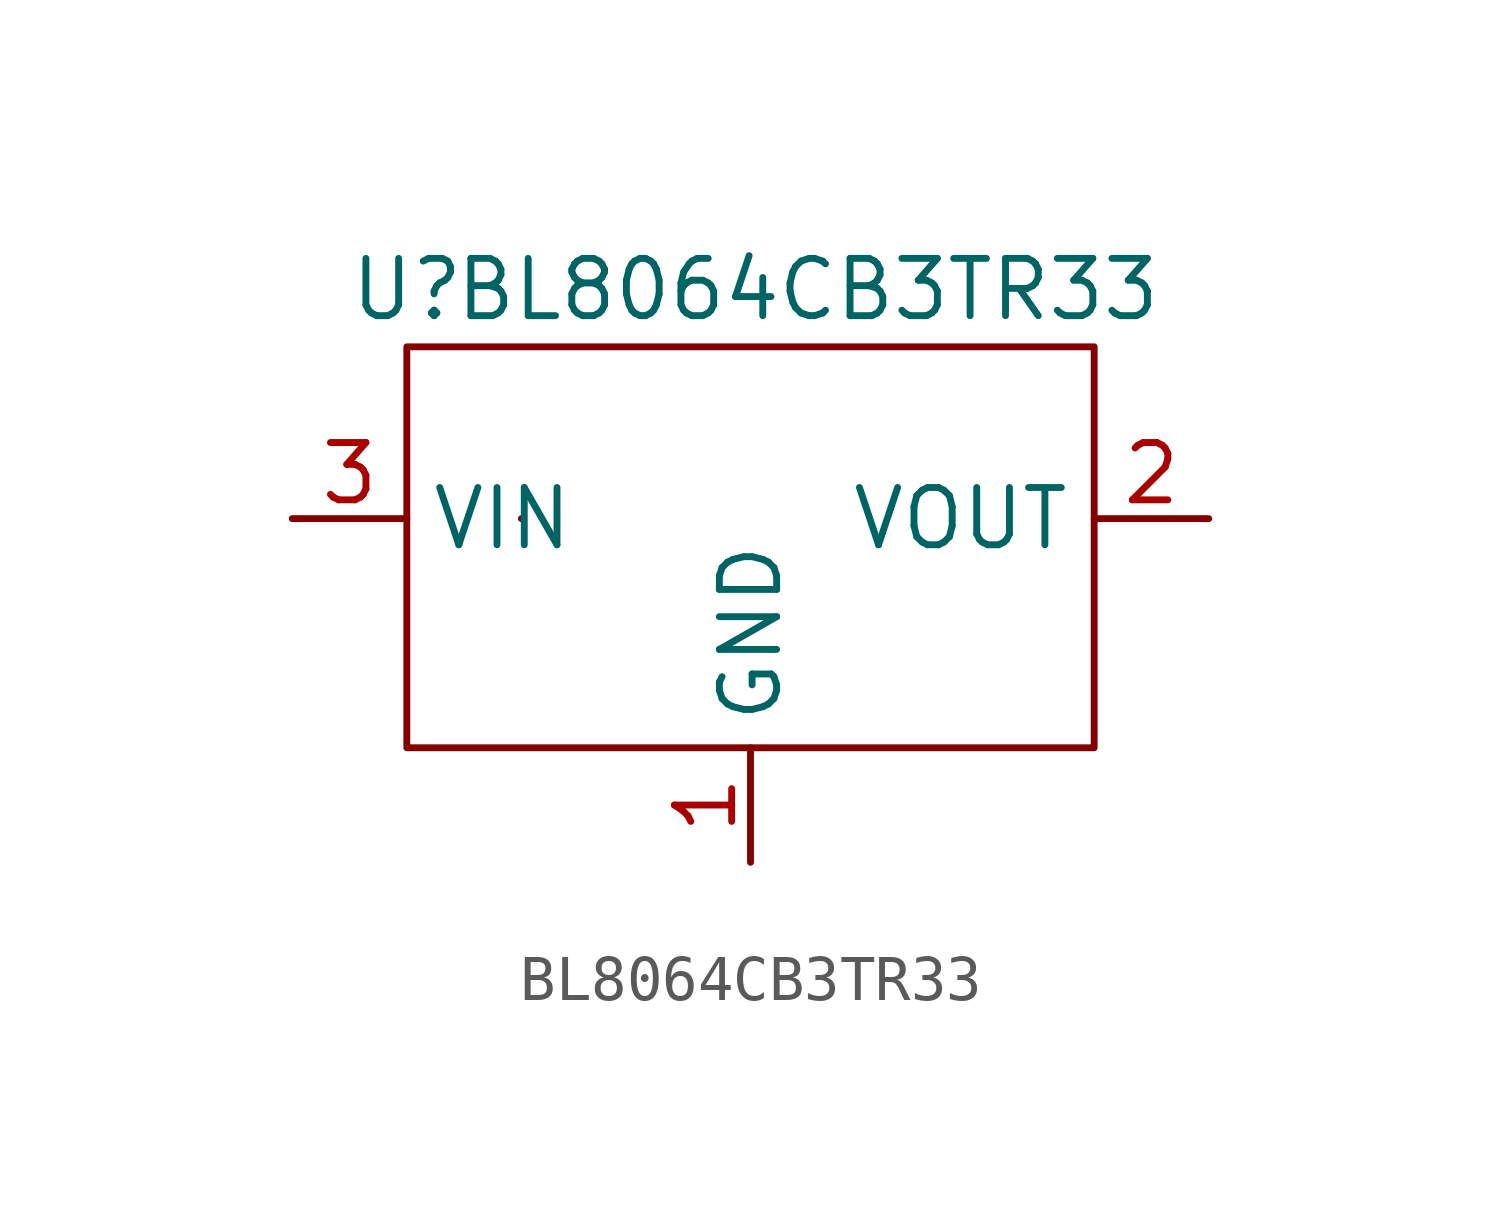
<source format=kicad_sym>
(kicad_symbol_lib
  (version 20211014)
  (generator kicad_symbol_editor)
  (symbol "BL8064CB3TR33"
    (property "Reference" "U"
      (at -2.54 5.08 0)
      (effects (font (size 1.27 1.27))))
    (property "Value" "BL8064CB3TR33"
      (at 6.35 5.08 0)
      (effects (font (size 1.27 1.27))))
    (symbol "BL8064CB3TR33_0_0"
      (pin power_in line (at 5.08 -7.62 90) (length 2.54) (name "GND" (effects (font (size 1.27 1.27)))) (number "1" (effects (font (size 1.27 1.27)))))
      (pin power_out line (at 15.24 0 180) (length 2.54) (name "VOUT" (effects (font (size 1.27 1.27)))) (number "2" (effects (font (size 1.27 1.27)))))
      (pin power_in line (at -5.08 0 0) (length 2.54) (name "VIN" (effects (font (size 1.27 1.27)))) (number "3" (effects (font (size 1.27 1.27))))))
    (symbol "BL8064CB3TR33_0_1"
      (rectangle (start -2.54 3.81) (end 12.7 -5.08) (stroke (width 0.152) (type default) (color 0 0 0 0)) (fill (type none)))
      (rectangle (start 0 0) (end 0 0) (stroke (width 0.152) (type default) (color 0 0 0 0)) (fill (type none))))))
</source>
